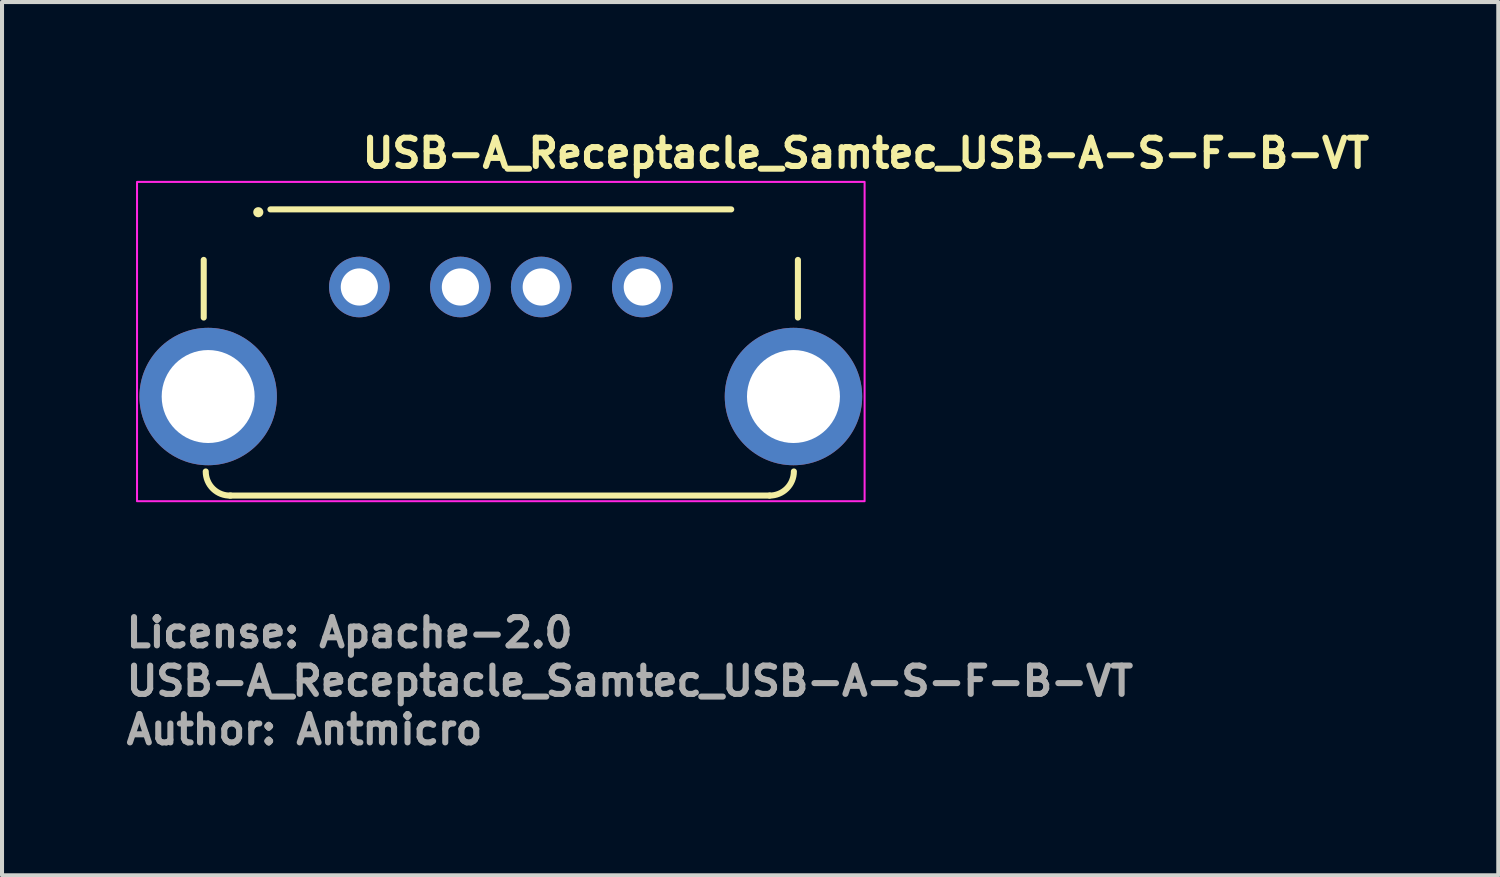
<source format=kicad_pcb>
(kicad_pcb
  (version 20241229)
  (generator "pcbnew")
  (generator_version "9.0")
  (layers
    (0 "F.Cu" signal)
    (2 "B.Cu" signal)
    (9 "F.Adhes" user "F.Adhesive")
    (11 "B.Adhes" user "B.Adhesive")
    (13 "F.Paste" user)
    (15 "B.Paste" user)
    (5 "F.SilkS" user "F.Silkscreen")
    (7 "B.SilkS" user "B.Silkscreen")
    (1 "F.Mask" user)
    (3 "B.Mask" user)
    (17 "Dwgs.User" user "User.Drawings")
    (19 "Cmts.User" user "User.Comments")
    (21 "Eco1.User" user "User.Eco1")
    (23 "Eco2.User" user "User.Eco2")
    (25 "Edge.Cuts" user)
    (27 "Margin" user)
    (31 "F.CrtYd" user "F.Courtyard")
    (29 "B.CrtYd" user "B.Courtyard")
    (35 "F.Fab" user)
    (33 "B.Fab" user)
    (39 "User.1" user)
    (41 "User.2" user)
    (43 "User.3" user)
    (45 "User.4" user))
  (footprint "USB-A_Receptacle_Samtec_USB-A-S-F-B-VT"
    (layer "F.Cu")
    (at 5.84 4.05)
    (property "Reference" "USB-A_Receptacle_Samtec_USB-A-S-F-B-VT" (at 0 -2.9 0) (unlocked yes) (layer "F.SilkS") (effects (font (size 0.7 0.7) (thickness 0.15)) (justify left bottom)))
    (attr through_hole)
    (fp_line (start -3.85 -0.67) (end -3.85 0.756) (stroke (width 0.15) (type solid)) (layer "F.SilkS"))
    (fp_line (start 9.2 -1.92) (end -2.2 -1.92) (stroke (width 0.15) (type solid)) (layer "F.SilkS"))
    (fp_line (start 10.15 5.16) (end -3.2 5.16) (stroke (width 0.15) (type solid)) (layer "F.SilkS"))
    (fp_line (start 10.85 -0.67) (end 10.85 0.756) (stroke (width 0.15) (type solid)) (layer "F.SilkS"))
    (fp_arc (start -3.184 5.16) (mid -3.619 4.993) (end -3.8 4.564) (stroke (width 0.15) (type solid)) (layer "F.SilkS"))
    (fp_arc (start 10.75 4.564) (mid 10.574 4.987) (end 10.15 5.16) (stroke (width 0.15) (type solid)) (layer "F.SilkS"))
    (fp_circle (center -2.5 -1.85) (end -2.45 -1.85) (stroke (width 0.15) (type solid)) (fill yes) (layer "F.SilkS"))
    (fp_rect (start -5.5 -2.6) (end 12.5 5.3) (stroke (width 0.05) (type solid)) (fill no) (layer "F.CrtYd"))
    (fp_rect (start -4.15 -2.253) (end 11.15 4.747) (stroke (width 0.1) (type solid)) (fill no) (layer "User.5"))
    (fp_line (start -4.15 2.044) (end -4.149 2.042) (stroke (width 0.02) (type solid)) (layer "User.9"))
    (fp_line (start -4.15 2.046) (end -4.15 2.044) (stroke (width 0.02) (type solid)) (layer "User.9"))
    (fp_line (start -4.15 3.298) (end -4.15 2.046) (stroke (width 0.02) (type solid)) (layer "User.9"))
    (fp_line (start -4.149 2.042) (end -4.148 2.04) (stroke (width 0.02) (type solid)) (layer "User.9"))
    (fp_line (start -4.149 3.302) (end -4.15 3.298) (stroke (width 0.02) (type solid)) (layer "User.9"))
    (fp_line (start -4.148 2.04) (end -4.147 2.038) (stroke (width 0.02) (type solid)) (layer "User.9"))
    (fp_line (start -4.147 2.038) (end -4.146 2.037) (stroke (width 0.02) (type solid)) (layer "User.9"))
    (fp_line (start -4.147 3.306) (end -4.149 3.302) (stroke (width 0.02) (type solid)) (layer "User.9"))
    (fp_line (start -4.146 2.037) (end -4.145 2.035) (stroke (width 0.02) (type solid)) (layer "User.9"))
    (fp_line (start -4.145 2.035) (end -4.143 2.033) (stroke (width 0.02) (type solid)) (layer "User.9"))
    (fp_line (start -4.145 3.309) (end -4.147 3.306) (stroke (width 0.02) (type solid)) (layer "User.9"))
    (fp_line (start -4.143 2.033) (end -4.141 2.032) (stroke (width 0.02) (type solid)) (layer "User.9"))
    (fp_line (start -4.141 2.032) (end -4.139 2.03) (stroke (width 0.02) (type solid)) (layer "User.9"))
    (fp_line (start -4.141 3.312) (end -4.145 3.309) (stroke (width 0.02) (type solid)) (layer "User.9"))
    (fp_line (start -4.139 2.03) (end -4.136 2.028) (stroke (width 0.02) (type solid)) (layer "User.9"))
    (fp_line (start -4.136 2.028) (end -4.133 2.026) (stroke (width 0.02) (type solid)) (layer "User.9"))
    (fp_line (start -4.136 3.316) (end -4.141 3.312) (stroke (width 0.02) (type solid)) (layer "User.9"))
    (fp_line (start -4.133 2.026) (end -4.13 2.025) (stroke (width 0.02) (type solid)) (layer "User.9"))
    (fp_line (start -4.13 2.025) (end -4.127 2.023) (stroke (width 0.02) (type solid)) (layer "User.9"))
    (fp_line (start -4.13 3.319) (end -4.136 3.316) (stroke (width 0.02) (type solid)) (layer "User.9"))
    (fp_line (start -4.127 2.023) (end -4.124 2.021) (stroke (width 0.02) (type solid)) (layer "User.9"))
    (fp_line (start -4.124 2.021) (end -4.12 2.02) (stroke (width 0.02) (type solid)) (layer "User.9"))
    (fp_line (start -4.124 3.323) (end -4.13 3.319) (stroke (width 0.02) (type solid)) (layer "User.9"))
    (fp_line (start -4.12 2.02) (end -4.116 2.018) (stroke (width 0.02) (type solid)) (layer "User.9"))
    (fp_line (start -4.116 2.018) (end -4.111 2.016) (stroke (width 0.02) (type solid)) (layer "User.9"))
    (fp_line (start -4.116 3.326) (end -4.124 3.323) (stroke (width 0.02) (type solid)) (layer "User.9"))
    (fp_line (start -4.111 2.016) (end -4.107 2.015) (stroke (width 0.02) (type solid)) (layer "User.9"))
    (fp_line (start -4.107 2.015) (end -4.097 2.012) (stroke (width 0.02) (type solid)) (layer "User.9"))
    (fp_line (start -4.107 3.329) (end -4.116 3.326) (stroke (width 0.02) (type solid)) (layer "User.9"))
    (fp_line (start -4.097 2.012) (end -4.086 2.008) (stroke (width 0.02) (type solid)) (layer "User.9"))
    (fp_line (start -4.097 3.332) (end -4.107 3.329) (stroke (width 0.02) (type solid)) (layer "User.9"))
    (fp_line (start -4.086 2.008) (end -4.074 2.005) (stroke (width 0.02) (type solid)) (layer "User.9"))
    (fp_line (start -4.086 3.336) (end -4.097 3.332) (stroke (width 0.02) (type solid)) (layer "User.9"))
    (fp_line (start -4.074 2.005) (end -4.061 2.002) (stroke (width 0.02) (type solid)) (layer "User.9"))
    (fp_line (start -4.074 3.339) (end -4.086 3.336) (stroke (width 0.02) (type solid)) (layer "User.9"))
    (fp_line (start -4.061 2.002) (end -4.048 1.999) (stroke (width 0.02) (type solid)) (layer "User.9"))
    (fp_line (start -4.061 3.342) (end -4.074 3.339) (stroke (width 0.02) (type solid)) (layer "User.9"))
    (fp_line (start -4.048 1.999) (end -4.033 1.996) (stroke (width 0.02) (type solid)) (layer "User.9"))
    (fp_line (start -4.048 3.345) (end -4.061 3.342) (stroke (width 0.02) (type solid)) (layer "User.9"))
    (fp_line (start -4.033 1.996) (end -4.017 1.993) (stroke (width 0.02) (type solid)) (layer "User.9"))
    (fp_line (start -4.017 1.993) (end -3.75 1.945) (stroke (width 0.02) (type solid)) (layer "User.9"))
    (fp_line (start -4.017 3.351) (end -4.048 3.345) (stroke (width 0.02) (type solid)) (layer "User.9"))
    (fp_line (start -3.75 -0.703) (end -3.75 3.197) (stroke (width 0.02) (type solid)) (layer "User.9"))
    (fp_line (start -3.75 3.197) (end -3.05 3.197) (stroke (width 0.02) (type solid)) (layer "User.9"))
    (fp_line (start -3.183 3.501) (end -4.017 3.351) (stroke (width 0.02) (type solid)) (layer "User.9"))
    (fp_line (start -3.183 3.501) (end -3.152 3.507) (stroke (width 0.02) (type solid)) (layer "User.9"))
    (fp_line (start -3.152 3.507) (end -3.138 3.51) (stroke (width 0.02) (type solid)) (layer "User.9"))
    (fp_line (start -3.15 -1.543) (end -2.805 -1.543) (stroke (width 0.02) (type solid)) (layer "User.9"))
    (fp_line (start -3.15 -0.743) (end -3.15 -1.543) (stroke (width 0.02) (type solid)) (layer "User.9"))
    (fp_line (start -3.15 -0.743) (end -3.05 -0.743) (stroke (width 0.02) (type solid)) (layer "User.9"))
    (fp_line (start -3.138 3.51) (end -3.126 3.513) (stroke (width 0.02) (type solid)) (layer "User.9"))
    (fp_line (start -3.126 3.513) (end -3.114 3.516) (stroke (width 0.02) (type solid)) (layer "User.9"))
    (fp_line (start -3.114 3.516) (end -3.103 3.519) (stroke (width 0.02) (type solid)) (layer "User.9"))
    (fp_line (start -3.103 3.519) (end -3.093 3.522) (stroke (width 0.02) (type solid)) (layer "User.9"))
    (fp_line (start -3.093 3.522) (end -3.084 3.526) (stroke (width 0.02) (type solid)) (layer "User.9"))
    (fp_line (start -3.084 3.526) (end -3.076 3.529) (stroke (width 0.02) (type solid)) (layer "User.9"))
    (fp_line (start -3.076 3.529) (end -3.07 3.532) (stroke (width 0.02) (type solid)) (layer "User.9"))
    (fp_line (start -3.07 3.532) (end -3.064 3.536) (stroke (width 0.02) (type solid)) (layer "User.9"))
    (fp_line (start -3.064 3.536) (end -3.059 3.539) (stroke (width 0.02) (type solid)) (layer "User.9"))
    (fp_line (start -3.059 3.539) (end -3.055 3.543) (stroke (width 0.02) (type solid)) (layer "User.9"))
    (fp_line (start -3.055 3.543) (end -3.052 3.546) (stroke (width 0.02) (type solid)) (layer "User.9"))
    (fp_line (start -3.052 3.546) (end -3.051 3.55) (stroke (width 0.02) (type solid)) (layer "User.9"))
    (fp_line (start -3.051 3.55) (end -3.05 3.553) (stroke (width 0.02) (type solid)) (layer "User.9"))
    (fp_line (start -3.05 -1.113) (end -3.05 -0.703) (stroke (width 0.02) (type solid)) (layer "User.9"))
    (fp_line (start -3.05 -0.703) (end -3.75 -0.703) (stroke (width 0.02) (type solid)) (layer "User.9"))
    (fp_line (start -3.05 3.197) (end -3.05 3.553) (stroke (width 0.02) (type solid)) (layer "User.9"))
    (fp_line (start -3.05 3.197) (end -3.05 3.607) (stroke (width 0.02) (type solid)) (layer "User.9"))
    (fp_line (start -3.05 3.607) (end -3.049 3.632) (stroke (width 0.02) (type solid)) (layer "User.9"))
    (fp_line (start -3.049 -1.138) (end -3.05 -1.113) (stroke (width 0.02) (type solid)) (layer "User.9"))
    (fp_line (start -3.049 3.632) (end -3.048 3.656) (stroke (width 0.02) (type solid)) (layer "User.9"))
    (fp_line (start -3.048 -1.162) (end -3.049 -1.138) (stroke (width 0.02) (type solid)) (layer "User.9"))
    (fp_line (start -3.048 3.656) (end -3.044 3.681) (stroke (width 0.02) (type solid)) (layer "User.9"))
    (fp_line (start -3.044 -1.187) (end -3.048 -1.162) (stroke (width 0.02) (type solid)) (layer "User.9"))
    (fp_line (start -3.044 3.681) (end -3.04 3.705) (stroke (width 0.02) (type solid)) (layer "User.9"))
    (fp_line (start -3.04 -1.211) (end -3.044 -1.187) (stroke (width 0.02) (type solid)) (layer "User.9"))
    (fp_line (start -3.04 3.705) (end -3.035 3.729) (stroke (width 0.02) (type solid)) (layer "User.9"))
    (fp_line (start -3.035 -1.235) (end -3.04 -1.211) (stroke (width 0.02) (type solid)) (layer "User.9"))
    (fp_line (start -3.035 3.729) (end -3.028 3.752) (stroke (width 0.02) (type solid)) (layer "User.9"))
    (fp_line (start -3.028 -1.258) (end -3.035 -1.235) (stroke (width 0.02) (type solid)) (layer "User.9"))
    (fp_line (start -3.028 3.752) (end -3.021 3.776) (stroke (width 0.02) (type solid)) (layer "User.9"))
    (fp_line (start -3.021 -1.282) (end -3.028 -1.258) (stroke (width 0.02) (type solid)) (layer "User.9"))
    (fp_line (start -3.021 3.776) (end -3.012 3.798) (stroke (width 0.02) (type solid)) (layer "User.9"))
    (fp_line (start -3.012 -1.304) (end -3.021 -1.282) (stroke (width 0.02) (type solid)) (layer "User.9"))
    (fp_line (start -3.012 3.798) (end -3.002 3.821) (stroke (width 0.02) (type solid)) (layer "User.9"))
    (fp_line (start -3.002 -1.327) (end -3.012 -1.304) (stroke (width 0.02) (type solid)) (layer "User.9"))
    (fp_line (start -3.002 3.821) (end -2.991 3.842) (stroke (width 0.02) (type solid)) (layer "User.9"))
    (fp_line (start -2.991 -1.348) (end -3.002 -1.327) (stroke (width 0.02) (type solid)) (layer "User.9"))
    (fp_line (start -2.991 3.842) (end -2.979 3.864) (stroke (width 0.02) (type solid)) (layer "User.9"))
    (fp_line (start -2.979 -1.37) (end -2.991 -1.348) (stroke (width 0.02) (type solid)) (layer "User.9"))
    (fp_line (start -2.979 3.864) (end -2.966 3.884) (stroke (width 0.02) (type solid)) (layer "User.9"))
    (fp_line (start -2.966 -1.39) (end -2.979 -1.37) (stroke (width 0.02) (type solid)) (layer "User.9"))
    (fp_line (start -2.966 3.884) (end -2.952 3.904) (stroke (width 0.02) (type solid)) (layer "User.9"))
    (fp_line (start -2.952 -1.41) (end -2.966 -1.39) (stroke (width 0.02) (type solid)) (layer "User.9"))
    (fp_line (start -2.952 3.904) (end -2.937 3.924) (stroke (width 0.02) (type solid)) (layer "User.9"))
    (fp_line (start -2.937 -1.43) (end -2.952 -1.41) (stroke (width 0.02) (type solid)) (layer "User.9"))
    (fp_line (start -2.937 3.924) (end -2.921 3.943) (stroke (width 0.02) (type solid)) (layer "User.9"))
    (fp_line (start -2.921 -1.449) (end -2.937 -1.43) (stroke (width 0.02) (type solid)) (layer "User.9"))
    (fp_line (start -2.921 3.943) (end -2.904 3.961) (stroke (width 0.02) (type solid)) (layer "User.9"))
    (fp_line (start -2.904 -1.467) (end -2.921 -1.449) (stroke (width 0.02) (type solid)) (layer "User.9"))
    (fp_line (start -2.904 -1.467) (end -2.904 -1.467) (stroke (width 0.02) (type solid)) (layer "User.9"))
    (fp_line (start -2.904 3.961) (end -2.904 3.961) (stroke (width 0.02) (type solid)) (layer "User.9"))
    (fp_line (start -2.904 3.961) (end -2.886 3.978) (stroke (width 0.02) (type solid)) (layer "User.9"))
    (fp_line (start -2.886 -1.484) (end -2.904 -1.467) (stroke (width 0.02) (type solid)) (layer "User.9"))
    (fp_line (start -2.886 3.978) (end -2.867 3.994) (stroke (width 0.02) (type solid)) (layer "User.9"))
    (fp_line (start -2.867 -1.5) (end -2.886 -1.484) (stroke (width 0.02) (type solid)) (layer "User.9"))
    (fp_line (start -2.867 3.994) (end -2.847 4.009) (stroke (width 0.02) (type solid)) (layer "User.9"))
    (fp_line (start -2.847 -1.515) (end -2.867 -1.5) (stroke (width 0.02) (type solid)) (layer "User.9"))
    (fp_line (start -2.847 4.009) (end -2.827 4.023) (stroke (width 0.02) (type solid)) (layer "User.9"))
    (fp_line (start -2.827 -1.529) (end -2.847 -1.515) (stroke (width 0.02) (type solid)) (layer "User.9"))
    (fp_line (start -2.827 4.023) (end -2.807 4.036) (stroke (width 0.02) (type solid)) (layer "User.9"))
    (fp_line (start -2.807 -1.542) (end -2.827 -1.529) (stroke (width 0.02) (type solid)) (layer "User.9"))
    (fp_line (start -2.807 4.036) (end -2.785 4.048) (stroke (width 0.02) (type solid)) (layer "User.9"))
    (fp_line (start -2.785 -1.554) (end -2.807 -1.542) (stroke (width 0.02) (type solid)) (layer "User.9"))
    (fp_line (start -2.785 4.048) (end -2.764 4.059) (stroke (width 0.02) (type solid)) (layer "User.9"))
    (fp_line (start -2.764 -1.565) (end -2.785 -1.554) (stroke (width 0.02) (type solid)) (layer "User.9"))
    (fp_line (start -2.764 4.059) (end -2.741 4.069) (stroke (width 0.02) (type solid)) (layer "User.9"))
    (fp_line (start -2.75 -1.313) (end -2.75 -1.113) (stroke (width 0.02) (type solid)) (layer "User.9"))
    (fp_line (start -2.75 -1.123) (end -2.75 -1.113) (stroke (width 0.02) (type solid)) (layer "User.9"))
    (fp_line (start -2.75 -1.113) (end -2.75 3.607) (stroke (width 0.02) (type solid)) (layer "User.9"))
    (fp_line (start -2.75 0.547) (end -2.432 0.547) (stroke (width 0.02) (type solid)) (layer "User.9"))
    (fp_line (start -2.75 1.947) (end -2.432 1.947) (stroke (width 0.02) (type solid)) (layer "User.9"))
    (fp_line (start -2.75 3.607) (end -2.75 3.617) (stroke (width 0.02) (type solid)) (layer "User.9"))
    (fp_line (start -2.75 3.607) (end -2.75 3.807) (stroke (width 0.02) (type solid)) (layer "User.9"))
    (fp_line (start -2.75 3.617) (end -2.749 3.627) (stroke (width 0.02) (type solid)) (layer "User.9"))
    (fp_line (start -2.749 -1.133) (end -2.75 -1.123) (stroke (width 0.02) (type solid)) (layer "User.9"))
    (fp_line (start -2.749 3.627) (end -2.748 3.637) (stroke (width 0.02) (type solid)) (layer "User.9"))
    (fp_line (start -2.748 -1.143) (end -2.749 -1.133) (stroke (width 0.02) (type solid)) (layer "User.9"))
    (fp_line (start -2.748 3.637) (end -2.746 3.647) (stroke (width 0.02) (type solid)) (layer "User.9"))
    (fp_line (start -2.746 -1.153) (end -2.748 -1.143) (stroke (width 0.02) (type solid)) (layer "User.9"))
    (fp_line (start -2.746 3.647) (end -2.744 3.657) (stroke (width 0.02) (type solid)) (layer "User.9"))
    (fp_line (start -2.744 -1.163) (end -2.746 -1.153) (stroke (width 0.02) (type solid)) (layer "User.9"))
    (fp_line (start -2.744 3.657) (end -2.741 3.666) (stroke (width 0.02) (type solid)) (layer "User.9"))
    (fp_line (start -2.741 -1.575) (end -2.764 -1.565) (stroke (width 0.02) (type solid)) (layer "User.9"))
    (fp_line (start -2.741 -1.172) (end -2.744 -1.163) (stroke (width 0.02) (type solid)) (layer "User.9"))
    (fp_line (start -2.741 3.666) (end -2.738 3.676) (stroke (width 0.02) (type solid)) (layer "User.9"))
    (fp_line (start -2.741 4.069) (end -2.719 4.078) (stroke (width 0.02) (type solid)) (layer "User.9"))
    (fp_line (start -2.738 -1.182) (end -2.741 -1.172) (stroke (width 0.02) (type solid)) (layer "User.9"))
    (fp_line (start -2.738 3.676) (end -2.734 3.685) (stroke (width 0.02) (type solid)) (layer "User.9"))
    (fp_line (start -2.734 -1.191) (end -2.738 -1.182) (stroke (width 0.02) (type solid)) (layer "User.9"))
    (fp_line (start -2.734 3.685) (end -2.73 3.694) (stroke (width 0.02) (type solid)) (layer "User.9"))
    (fp_line (start -2.73 -1.2) (end -2.734 -1.191) (stroke (width 0.02) (type solid)) (layer "User.9"))
    (fp_line (start -2.73 3.694) (end -2.726 3.702) (stroke (width 0.02) (type solid)) (layer "User.9"))
    (fp_line (start -2.726 -1.208) (end -2.73 -1.2) (stroke (width 0.02) (type solid)) (layer "User.9"))
    (fp_line (start -2.726 3.702) (end -2.721 3.711) (stroke (width 0.02) (type solid)) (layer "User.9"))
    (fp_line (start -2.721 -1.217) (end -2.726 -1.208) (stroke (width 0.02) (type solid)) (layer "User.9"))
    (fp_line (start -2.721 3.711) (end -2.716 3.719) (stroke (width 0.02) (type solid)) (layer "User.9"))
    (fp_line (start -2.719 -1.584) (end -2.741 -1.575) (stroke (width 0.02) (type solid)) (layer "User.9"))
    (fp_line (start -2.719 4.078) (end -2.695 4.085) (stroke (width 0.02) (type solid)) (layer "User.9"))
    (fp_line (start -2.716 -1.225) (end -2.721 -1.217) (stroke (width 0.02) (type solid)) (layer "User.9"))
    (fp_line (start -2.716 3.719) (end -2.71 3.727) (stroke (width 0.02) (type solid)) (layer "User.9"))
    (fp_line (start -2.71 -1.233) (end -2.716 -1.225) (stroke (width 0.02) (type solid)) (layer "User.9"))
    (fp_line (start -2.71 3.727) (end -2.704 3.734) (stroke (width 0.02) (type solid)) (layer "User.9"))
    (fp_line (start -2.704 -1.24) (end -2.71 -1.233) (stroke (width 0.02) (type solid)) (layer "User.9"))
    (fp_line (start -2.704 3.734) (end -2.698 3.741) (stroke (width 0.02) (type solid)) (layer "User.9"))
    (fp_line (start -2.698 -1.247) (end -2.704 -1.24) (stroke (width 0.02) (type solid)) (layer "User.9"))
    (fp_line (start -2.698 3.741) (end -2.691 3.748) (stroke (width 0.02) (type solid)) (layer "User.9"))
    (fp_line (start -2.695 -1.591) (end -2.719 -1.584) (stroke (width 0.02) (type solid)) (layer "User.9"))
    (fp_line (start -2.695 4.085) (end -2.672 4.092) (stroke (width 0.02) (type solid)) (layer "User.9"))
    (fp_line (start -2.691 -1.254) (end -2.698 -1.247) (stroke (width 0.02) (type solid)) (layer "User.9"))
    (fp_line (start -2.691 3.748) (end -2.684 3.755) (stroke (width 0.02) (type solid)) (layer "User.9"))
    (fp_line (start -2.684 -1.261) (end -2.691 -1.254) (stroke (width 0.02) (type solid)) (layer "User.9"))
    (fp_line (start -2.684 3.755) (end -2.677 3.761) (stroke (width 0.02) (type solid)) (layer "User.9"))
    (fp_line (start -2.677 -1.267) (end -2.684 -1.261) (stroke (width 0.02) (type solid)) (layer "User.9"))
    (fp_line (start -2.677 3.761) (end -2.67 3.767) (stroke (width 0.02) (type solid)) (layer "User.9"))
    (fp_line (start -2.672 -1.598) (end -2.695 -1.591) (stroke (width 0.02) (type solid)) (layer "User.9"))
    (fp_line (start -2.672 4.092) (end -2.648 4.097) (stroke (width 0.02) (type solid)) (layer "User.9"))
    (fp_line (start -2.67 -1.273) (end -2.677 -1.267) (stroke (width 0.02) (type solid)) (layer "User.9"))
    (fp_line (start -2.67 3.767) (end -2.662 3.773) (stroke (width 0.02) (type solid)) (layer "User.9"))
    (fp_line (start -2.662 -1.279) (end -2.67 -1.273) (stroke (width 0.02) (type solid)) (layer "User.9"))
    (fp_line (start -2.662 3.773) (end -2.654 3.778) (stroke (width 0.02) (type solid)) (layer "User.9"))
    (fp_line (start -2.654 -1.284) (end -2.662 -1.279) (stroke (width 0.02) (type solid)) (layer "User.9"))
    (fp_line (start -2.654 3.778) (end -2.645 3.783) (stroke (width 0.02) (type solid)) (layer "User.9"))
    (fp_line (start -2.648 -1.603) (end -2.672 -1.598) (stroke (width 0.02) (type solid)) (layer "User.9"))
    (fp_line (start -2.648 4.097) (end -2.624 4.102) (stroke (width 0.02) (type solid)) (layer "User.9"))
    (fp_line (start -2.645 -1.289) (end -2.654 -1.284) (stroke (width 0.02) (type solid)) (layer "User.9"))
    (fp_line (start -2.645 3.783) (end -2.637 3.787) (stroke (width 0.02) (type solid)) (layer "User.9"))
    (fp_line (start -2.637 -1.293) (end -2.645 -1.289) (stroke (width 0.02) (type solid)) (layer "User.9"))
    (fp_line (start -2.637 3.787) (end -2.628 3.791) (stroke (width 0.02) (type solid)) (layer "User.9"))
    (fp_line (start -2.628 -1.297) (end -2.637 -1.293) (stroke (width 0.02) (type solid)) (layer "User.9"))
    (fp_line (start -2.628 3.791) (end -2.619 3.795) (stroke (width 0.02) (type solid)) (layer "User.9"))
    (fp_line (start -2.624 -1.608) (end -2.648 -1.603) (stroke (width 0.02) (type solid)) (layer "User.9"))
    (fp_line (start -2.624 4.102) (end -2.599 4.105) (stroke (width 0.02) (type solid)) (layer "User.9"))
    (fp_line (start -2.619 -1.301) (end -2.628 -1.297) (stroke (width 0.02) (type solid)) (layer "User.9"))
    (fp_line (start -2.619 3.795) (end -2.609 3.798) (stroke (width 0.02) (type solid)) (layer "User.9"))
    (fp_line (start -2.609 -1.304) (end -2.619 -1.301) (stroke (width 0.02) (type solid)) (layer "User.9"))
    (fp_line (start -2.609 3.798) (end -2.6 3.801) (stroke (width 0.02) (type solid)) (layer "User.9"))
    (fp_line (start -2.6 -1.307) (end -2.609 -1.304) (stroke (width 0.02) (type solid)) (layer "User.9"))
    (fp_line (start -2.6 3.801) (end -2.59 3.803) (stroke (width 0.02) (type solid)) (layer "User.9"))
    (fp_line (start -2.599 -1.611) (end -2.624 -1.608) (stroke (width 0.02) (type solid)) (layer "User.9"))
    (fp_line (start -2.599 4.105) (end -2.575 4.106) (stroke (width 0.02) (type solid)) (layer "User.9"))
    (fp_line (start -2.59 -1.309) (end -2.6 -1.307) (stroke (width 0.02) (type solid)) (layer "User.9"))
    (fp_line (start -2.59 3.803) (end -2.58 3.805) (stroke (width 0.02) (type solid)) (layer "User.9"))
    (fp_line (start -2.58 -1.311) (end -2.59 -1.309) (stroke (width 0.02) (type solid)) (layer "User.9"))
    (fp_line (start -2.58 3.805) (end -2.57 3.806) (stroke (width 0.02) (type solid)) (layer "User.9"))
    (fp_line (start -2.575 -1.612) (end -2.599 -1.611) (stroke (width 0.02) (type solid)) (layer "User.9"))
    (fp_line (start -2.575 4.106) (end -2.55 4.107) (stroke (width 0.02) (type solid)) (layer "User.9"))
    (fp_line (start -2.57 -1.312) (end -2.58 -1.311) (stroke (width 0.02) (type solid)) (layer "User.9"))
    (fp_line (start -2.57 3.806) (end -2.56 3.807) (stroke (width 0.02) (type solid)) (layer "User.9"))
    (fp_line (start -2.56 -1.313) (end -2.57 -1.312) (stroke (width 0.02) (type solid)) (layer "User.9"))
    (fp_line (start -2.56 3.807) (end -2.55 3.807) (stroke (width 0.02) (type solid)) (layer "User.9"))
    (fp_line (start -2.55 -1.613) (end -2.575 -1.612) (stroke (width 0.02) (type solid)) (layer "User.9"))
    (fp_line (start -2.55 -1.313) (end -2.75 -1.313) (stroke (width 0.02) (type solid)) (layer "User.9"))
    (fp_line (start -2.55 -1.313) (end -2.56 -1.313) (stroke (width 0.02) (type solid)) (layer "User.9"))
    (fp_line (start -2.55 3.807) (end -2.75 3.807) (stroke (width 0.02) (type solid)) (layer "User.9"))
    (fp_line (start -2.55 3.807) (end 9.55 3.807) (stroke (width 0.02) (type solid)) (layer "User.9"))
    (fp_line (start -2.55 4.107) (end -2 4.107) (stroke (width 0.02) (type solid)) (layer "User.9"))
    (fp_line (start -2.432 0.547) (end -2.432 1.947) (stroke (width 0.02) (type solid)) (layer "User.9"))
    (fp_line (start -2.432 0.547) (end -2.409 0.547) (stroke (width 0.02) (type solid)) (layer "User.9"))
    (fp_line (start -2.432 1.947) (end -2.409 1.947) (stroke (width 0.02) (type solid)) (layer "User.9"))
    (fp_line (start -2.409 1.947) (end -2.409 0.547) (stroke (width 0.02) (type solid)) (layer "User.9"))
    (fp_line (start -2.05 -0.103) (end -2.05 -0.603) (stroke (width 0.02) (type solid)) (layer "User.9"))
    (fp_line (start -2.05 0.747) (end -2.05 -0.103) (stroke (width 0.02) (type solid)) (layer "User.9"))
    (fp_line (start -2.05 1.247) (end -2.05 0.747) (stroke (width 0.02) (type solid)) (layer "User.9"))
    (fp_line (start -2 -2.253) (end -2 -1.613) (stroke (width 0.02) (type solid)) (layer "User.9"))
    (fp_line (start -2 -1.613) (end -2.55 -1.613) (stroke (width 0.02) (type solid)) (layer "User.9"))
    (fp_line (start -2 4.107) (end -2 4.747) (stroke (width 0.02) (type solid)) (layer "User.9"))
    (fp_line (start -2 4.747) (end 9 4.747) (stroke (width 0.02) (type solid)) (layer "User.9"))
    (fp_line (start -0.675 -1.313) (end -0.675 -0.705) (stroke (width 0.02) (type solid)) (layer "User.9"))
    (fp_line (start -0.675 -0.705) (end -0.675 -0.613) (stroke (width 0.02) (type solid)) (layer "User.9"))
    (fp_line (start -0.675 -0.613) (end 1.675 -0.613) (stroke (width 0.02) (type solid)) (layer "User.9"))
    (fp_line (start -0.675 3.107) (end -0.675 3.199) (stroke (width 0.02) (type solid)) (layer "User.9"))
    (fp_line (start -0.675 3.107) (end 1.675 3.107) (stroke (width 0.02) (type solid)) (layer "User.9"))
    (fp_line (start -0.675 3.199) (end -0.675 3.807) (stroke (width 0.02) (type solid)) (layer "User.9"))
    (fp_line (start -0.6 1.247) (end -0.6 2.19) (stroke (width 0.02) (type solid)) (layer "User.9"))
    (fp_line (start -0.5 1.772) (end -0.5 1.247) (stroke (width 0.02) (type solid)) (layer "User.9"))
    (fp_line (start -0.5 2.047) (end -0.5 1.772) (stroke (width 0.02) (type solid)) (layer "User.9"))
    (fp_line (start -0.5 2.047) (end 0.5 2.047) (stroke (width 0.02) (type solid)) (layer "User.9"))
    (fp_line (start 0.5 1.247) (end 0.5 1.772) (stroke (width 0.02) (type solid)) (layer "User.9"))
    (fp_line (start 0.5 1.772) (end 0.5 2.047) (stroke (width 0.02) (type solid)) (layer "User.9"))
    (fp_line (start 0.6 1.247) (end 0.6 2.19) (stroke (width 0.02) (type solid)) (layer "User.9"))
    (fp_line (start 0.6 2.19) (end -0.6 2.19) (stroke (width 0.02) (type solid)) (layer "User.9"))
    (fp_line (start 1.675 -1.313) (end 1.675 -0.705) (stroke (width 0.02) (type solid)) (layer "User.9"))
    (fp_line (start 1.675 -0.705) (end 1.675 -0.613) (stroke (width 0.02) (type solid)) (layer "User.9"))
    (fp_line (start 1.675 3.107) (end 1.675 3.199) (stroke (width 0.02) (type solid)) (layer "User.9"))
    (fp_line (start 1.675 3.199) (end 1.675 3.807) (stroke (width 0.02) (type solid)) (layer "User.9"))
    (fp_line (start 1.9 1.247) (end 1.9 2.19) (stroke (width 0.02) (type solid)) (layer "User.9"))
    (fp_line (start 2 1.772) (end 2 1.247) (stroke (width 0.02) (type solid)) (layer "User.9"))
    (fp_line (start 2 2.047) (end 2 1.772) (stroke (width 0.02) (type solid)) (layer "User.9"))
    (fp_line (start 2 2.047) (end 3 2.047) (stroke (width 0.02) (type solid)) (layer "User.9"))
    (fp_line (start 3 1.247) (end 3 1.772) (stroke (width 0.02) (type solid)) (layer "User.9"))
    (fp_line (start 3 1.772) (end 3 2.047) (stroke (width 0.02) (type solid)) (layer "User.9"))
    (fp_line (start 3.1 1.247) (end 3.1 2.19) (stroke (width 0.02) (type solid)) (layer "User.9"))
    (fp_line (start 3.1 2.19) (end 1.9 2.19) (stroke (width 0.02) (type solid)) (layer "User.9"))
    (fp_line (start 3.9 1.247) (end 3.9 2.19) (stroke (width 0.02) (type solid)) (layer "User.9"))
    (fp_line (start 4 1.772) (end 4 1.247) (stroke (width 0.02) (type solid)) (layer "User.9"))
    (fp_line (start 4 2.047) (end 4 1.772) (stroke (width 0.02) (type solid)) (layer "User.9"))
    (fp_line (start 4 2.047) (end 5 2.047) (stroke (width 0.02) (type solid)) (layer "User.9"))
    (fp_line (start 5 1.247) (end 5 1.772) (stroke (width 0.02) (type solid)) (layer "User.9"))
    (fp_line (start 5 1.772) (end 5 2.047) (stroke (width 0.02) (type solid)) (layer "User.9"))
    (fp_line (start 5.1 1.247) (end 5.1 2.19) (stroke (width 0.02) (type solid)) (layer "User.9"))
    (fp_line (start 5.1 2.19) (end 3.9 2.19) (stroke (width 0.02) (type solid)) (layer "User.9"))
    (fp_line (start 5.325 -1.313) (end 5.325 -0.705) (stroke (width 0.02) (type solid)) (layer "User.9"))
    (fp_line (start 5.325 -0.705) (end 5.325 -0.613) (stroke (width 0.02) (type solid)) (layer "User.9"))
    (fp_line (start 5.325 -0.613) (end 7.675 -0.613) (stroke (width 0.02) (type solid)) (layer "User.9"))
    (fp_line (start 5.325 3.107) (end 5.325 3.199) (stroke (width 0.02) (type solid)) (layer "User.9"))
    (fp_line (start 5.325 3.107) (end 7.675 3.107) (stroke (width 0.02) (type solid)) (layer "User.9"))
    (fp_line (start 5.325 3.199) (end 5.325 3.807) (stroke (width 0.02) (type solid)) (layer "User.9"))
    (fp_line (start 6.4 1.247) (end 6.4 2.19) (stroke (width 0.02) (type solid)) (layer "User.9"))
    (fp_line (start 6.5 1.772) (end 6.5 1.247) (stroke (width 0.02) (type solid)) (layer "User.9"))
    (fp_line (start 6.5 2.047) (end 6.5 1.772) (stroke (width 0.02) (type solid)) (layer "User.9"))
    (fp_line (start 6.5 2.047) (end 7.5 2.047) (stroke (width 0.02) (type solid)) (layer "User.9"))
    (fp_line (start 7.5 1.247) (end 7.5 1.772) (stroke (width 0.02) (type solid)) (layer "User.9"))
    (fp_line (start 7.5 1.772) (end 7.5 2.047) (stroke (width 0.02) (type solid)) (layer "User.9"))
    (fp_line (start 7.6 1.247) (end 7.6 2.19) (stroke (width 0.02) (type solid)) (layer "User.9"))
    (fp_line (start 7.6 2.19) (end 6.4 2.19) (stroke (width 0.02) (type solid)) (layer "User.9"))
    (fp_line (start 7.675 -1.313) (end 7.675 -0.705) (stroke (width 0.02) (type solid)) (layer "User.9"))
    (fp_line (start 7.675 -0.705) (end 7.675 -0.613) (stroke (width 0.02) (type solid)) (layer "User.9"))
    (fp_line (start 7.675 3.107) (end 7.675 3.199) (stroke (width 0.02) (type solid)) (layer "User.9"))
    (fp_line (start 7.675 3.199) (end 7.675 3.807) (stroke (width 0.02) (type solid)) (layer "User.9"))
    (fp_line (start 9 -2.253) (end -2 -2.253) (stroke (width 0.02) (type solid)) (layer "User.9"))
    (fp_line (start 9 -1.613) (end 9 -2.253) (stroke (width 0.02) (type solid)) (layer "User.9"))
    (fp_line (start 9 4.107) (end 9.55 4.107) (stroke (width 0.02) (type solid)) (layer "User.9"))
    (fp_line (start 9 4.747) (end 9 4.107) (stroke (width 0.02) (type solid)) (layer "User.9"))
    (fp_line (start 9.05 -0.603) (end -2.05 -0.603) (stroke (width 0.02) (type solid)) (layer "User.9"))
    (fp_line (start 9.05 -0.603) (end 9.05 -0.103) (stroke (width 0.02) (type solid)) (layer "User.9"))
    (fp_line (start 9.05 -0.103) (end -2.05 -0.103) (stroke (width 0.02) (type solid)) (layer "User.9"))
    (fp_line (start 9.05 -0.103) (end 9.05 0.747) (stroke (width 0.02) (type solid)) (layer "User.9"))
    (fp_line (start 9.05 0.747) (end -2.05 0.747) (stroke (width 0.02) (type solid)) (layer "User.9"))
    (fp_line (start 9.05 0.747) (end 9.05 1.247) (stroke (width 0.02) (type solid)) (layer "User.9"))
    (fp_line (start 9.05 1.247) (end -2.05 1.247) (stroke (width 0.02) (type solid)) (layer "User.9"))
    (fp_line (start 9.409 0.547) (end 9.432 0.547) (stroke (width 0.02) (type solid)) (layer "User.9"))
    (fp_line (start 9.409 1.947) (end 9.409 0.547) (stroke (width 0.02) (type solid)) (layer "User.9"))
    (fp_line (start 9.409 1.947) (end 9.432 1.947) (stroke (width 0.02) (type solid)) (layer "User.9"))
    (fp_line (start 9.432 0.547) (end 9.432 1.947) (stroke (width 0.02) (type solid)) (layer "User.9"))
    (fp_line (start 9.432 0.547) (end 9.75 0.547) (stroke (width 0.02) (type solid)) (layer "User.9"))
    (fp_line (start 9.432 1.947) (end 9.75 1.947) (stroke (width 0.02) (type solid)) (layer "User.9"))
    (fp_line (start 9.55 -1.613) (end 9 -1.613) (stroke (width 0.02) (type solid)) (layer "User.9"))
    (fp_line (start 9.55 -1.313) (end -2.55 -1.313) (stroke (width 0.02) (type solid)) (layer "User.9"))
    (fp_line (start 9.55 3.807) (end 9.56 3.807) (stroke (width 0.02) (type solid)) (layer "User.9"))
    (fp_line (start 9.55 4.107) (end 9.575 4.106) (stroke (width 0.02) (type solid)) (layer "User.9"))
    (fp_line (start 9.56 -1.313) (end 9.55 -1.313) (stroke (width 0.02) (type solid)) (layer "User.9"))
    (fp_line (start 9.56 3.807) (end 9.57 3.806) (stroke (width 0.02) (type solid)) (layer "User.9"))
    (fp_line (start 9.57 -1.312) (end 9.56 -1.313) (stroke (width 0.02) (type solid)) (layer "User.9"))
    (fp_line (start 9.57 3.806) (end 9.58 3.805) (stroke (width 0.02) (type solid)) (layer "User.9"))
    (fp_line (start 9.575 -1.612) (end 9.55 -1.613) (stroke (width 0.02) (type solid)) (layer "User.9"))
    (fp_line (start 9.575 4.106) (end 9.599 4.105) (stroke (width 0.02) (type solid)) (layer "User.9"))
    (fp_line (start 9.58 -1.311) (end 9.57 -1.312) (stroke (width 0.02) (type solid)) (layer "User.9"))
    (fp_line (start 9.58 3.805) (end 9.589 3.803) (stroke (width 0.02) (type solid)) (layer "User.9"))
    (fp_line (start 9.589 -1.309) (end 9.58 -1.311) (stroke (width 0.02) (type solid)) (layer "User.9"))
    (fp_line (start 9.589 3.803) (end 9.599 3.801) (stroke (width 0.02) (type solid)) (layer "User.9"))
    (fp_line (start 9.599 -1.611) (end 9.575 -1.612) (stroke (width 0.02) (type solid)) (layer "User.9"))
    (fp_line (start 9.599 -1.307) (end 9.589 -1.309) (stroke (width 0.02) (type solid)) (layer "User.9"))
    (fp_line (start 9.599 3.801) (end 9.608 3.798) (stroke (width 0.02) (type solid)) (layer "User.9"))
    (fp_line (start 9.599 4.105) (end 9.624 4.102) (stroke (width 0.02) (type solid)) (layer "User.9"))
    (fp_line (start 9.608 -1.304) (end 9.599 -1.307) (stroke (width 0.02) (type solid)) (layer "User.9"))
    (fp_line (start 9.608 3.798) (end 9.617 3.795) (stroke (width 0.02) (type solid)) (layer "User.9"))
    (fp_line (start 9.617 -1.301) (end 9.608 -1.304) (stroke (width 0.02) (type solid)) (layer "User.9"))
    (fp_line (start 9.617 3.795) (end 9.627 3.792) (stroke (width 0.02) (type solid)) (layer "User.9"))
    (fp_line (start 9.624 -1.608) (end 9.599 -1.611) (stroke (width 0.02) (type solid)) (layer "User.9"))
    (fp_line (start 9.624 4.102) (end 9.648 4.097) (stroke (width 0.02) (type solid)) (layer "User.9"))
    (fp_line (start 9.627 -1.298) (end 9.617 -1.301) (stroke (width 0.02) (type solid)) (layer "User.9"))
    (fp_line (start 9.627 3.792) (end 9.636 3.788) (stroke (width 0.02) (type solid)) (layer "User.9"))
    (fp_line (start 9.636 -1.294) (end 9.627 -1.298) (stroke (width 0.02) (type solid)) (layer "User.9"))
    (fp_line (start 9.636 3.788) (end 9.644 3.783) (stroke (width 0.02) (type solid)) (layer "User.9"))
    (fp_line (start 9.644 -1.289) (end 9.636 -1.294) (stroke (width 0.02) (type solid)) (layer "User.9"))
    (fp_line (start 9.644 3.783) (end 9.653 3.779) (stroke (width 0.02) (type solid)) (layer "User.9"))
    (fp_line (start 9.648 -1.603) (end 9.624 -1.608) (stroke (width 0.02) (type solid)) (layer "User.9"))
    (fp_line (start 9.648 4.097) (end 9.672 4.092) (stroke (width 0.02) (type solid)) (layer "User.9"))
    (fp_line (start 9.653 -1.285) (end 9.644 -1.289) (stroke (width 0.02) (type solid)) (layer "User.9"))
    (fp_line (start 9.653 3.779) (end 9.661 3.773) (stroke (width 0.02) (type solid)) (layer "User.9"))
    (fp_line (start 9.661 -1.279) (end 9.653 -1.285) (stroke (width 0.02) (type solid)) (layer "User.9"))
    (fp_line (start 9.661 3.773) (end 9.669 3.768) (stroke (width 0.02) (type solid)) (layer "User.9"))
    (fp_line (start 9.669 -1.274) (end 9.661 -1.279) (stroke (width 0.02) (type solid)) (layer "User.9"))
    (fp_line (start 9.669 3.768) (end 9.677 3.762) (stroke (width 0.02) (type solid)) (layer "User.9"))
    (fp_line (start 9.672 -1.598) (end 9.648 -1.603) (stroke (width 0.02) (type solid)) (layer "User.9"))
    (fp_line (start 9.672 4.092) (end 9.695 4.085) (stroke (width 0.02) (type solid)) (layer "User.9"))
    (fp_line (start 9.677 -1.268) (end 9.669 -1.274) (stroke (width 0.02) (type solid)) (layer "User.9"))
    (fp_line (start 9.677 3.762) (end 9.684 3.755) (stroke (width 0.02) (type solid)) (layer "User.9"))
    (fp_line (start 9.684 -1.261) (end 9.677 -1.268) (stroke (width 0.02) (type solid)) (layer "User.9"))
    (fp_line (start 9.684 3.755) (end 9.691 3.748) (stroke (width 0.02) (type solid)) (layer "User.9"))
    (fp_line (start 9.691 -1.254) (end 9.684 -1.261) (stroke (width 0.02) (type solid)) (layer "User.9"))
    (fp_line (start 9.691 -1.254) (end 9.691 -1.254) (stroke (width 0.02) (type solid)) (layer "User.9"))
    (fp_line (start 9.691 3.748) (end 9.691 3.748) (stroke (width 0.02) (type solid)) (layer "User.9"))
    (fp_line (start 9.691 3.748) (end 9.698 3.741) (stroke (width 0.02) (type solid)) (layer "User.9"))
    (fp_line (start 9.695 -1.591) (end 9.672 -1.598) (stroke (width 0.02) (type solid)) (layer "User.9"))
    (fp_line (start 9.695 4.085) (end 9.719 4.078) (stroke (width 0.02) (type solid)) (layer "User.9"))
    (fp_line (start 9.698 -1.247) (end 9.691 -1.254) (stroke (width 0.02) (type solid)) (layer "User.9"))
    (fp_line (start 9.698 3.741) (end 9.705 3.734) (stroke (width 0.02) (type solid)) (layer "User.9"))
    (fp_line (start 9.705 -1.24) (end 9.698 -1.247) (stroke (width 0.02) (type solid)) (layer "User.9"))
    (fp_line (start 9.705 3.734) (end 9.711 3.726) (stroke (width 0.02) (type solid)) (layer "User.9"))
    (fp_line (start 9.711 -1.232) (end 9.705 -1.24) (stroke (width 0.02) (type solid)) (layer "User.9"))
    (fp_line (start 9.711 3.726) (end 9.716 3.718) (stroke (width 0.02) (type solid)) (layer "User.9"))
    (fp_line (start 9.716 -1.224) (end 9.711 -1.232) (stroke (width 0.02) (type solid)) (layer "User.9"))
    (fp_line (start 9.716 3.718) (end 9.722 3.71) (stroke (width 0.02) (type solid)) (layer "User.9"))
    (fp_line (start 9.719 -1.584) (end 9.695 -1.591) (stroke (width 0.02) (type solid)) (layer "User.9"))
    (fp_line (start 9.719 4.078) (end 9.741 4.069) (stroke (width 0.02) (type solid)) (layer "User.9"))
    (fp_line (start 9.722 -1.216) (end 9.716 -1.224) (stroke (width 0.02) (type solid)) (layer "User.9"))
    (fp_line (start 9.722 3.71) (end 9.726 3.701) (stroke (width 0.02) (type solid)) (layer "User.9"))
    (fp_line (start 9.726 -1.207) (end 9.722 -1.216) (stroke (width 0.02) (type solid)) (layer "User.9"))
    (fp_line (start 9.726 3.701) (end 9.731 3.692) (stroke (width 0.02) (type solid)) (layer "User.9"))
    (fp_line (start 9.731 -1.198) (end 9.726 -1.207) (stroke (width 0.02) (type solid)) (layer "User.9"))
    (fp_line (start 9.731 3.692) (end 9.735 3.684) (stroke (width 0.02) (type solid)) (layer "User.9"))
    (fp_line (start 9.735 -1.19) (end 9.731 -1.198) (stroke (width 0.02) (type solid)) (layer "User.9"))
    (fp_line (start 9.735 3.684) (end 9.738 3.674) (stroke (width 0.02) (type solid)) (layer "User.9"))
    (fp_line (start 9.738 -1.18) (end 9.735 -1.19) (stroke (width 0.02) (type solid)) (layer "User.9"))
    (fp_line (start 9.738 3.674) (end 9.741 3.665) (stroke (width 0.02) (type solid)) (layer "User.9"))
    (fp_line (start 9.741 -1.575) (end 9.719 -1.584) (stroke (width 0.02) (type solid)) (layer "User.9"))
    (fp_line (start 9.741 -1.171) (end 9.738 -1.18) (stroke (width 0.02) (type solid)) (layer "User.9"))
    (fp_line (start 9.741 3.665) (end 9.744 3.656) (stroke (width 0.02) (type solid)) (layer "User.9"))
    (fp_line (start 9.741 4.069) (end 9.764 4.059) (stroke (width 0.02) (type solid)) (layer "User.9"))
    (fp_line (start 9.744 -1.162) (end 9.741 -1.171) (stroke (width 0.02) (type solid)) (layer "User.9"))
    (fp_line (start 9.744 3.656) (end 9.746 3.646) (stroke (width 0.02) (type solid)) (layer "User.9"))
    (fp_line (start 9.746 -1.152) (end 9.744 -1.162) (stroke (width 0.02) (type solid)) (layer "User.9"))
    (fp_line (start 9.746 3.646) (end 9.748 3.637) (stroke (width 0.02) (type solid)) (layer "User.9"))
    (fp_line (start 9.748 -1.143) (end 9.746 -1.152) (stroke (width 0.02) (type solid)) (layer "User.9"))
    (fp_line (start 9.748 3.637) (end 9.749 3.627) (stroke (width 0.02) (type solid)) (layer "User.9"))
    (fp_line (start 9.749 -1.133) (end 9.748 -1.143) (stroke (width 0.02) (type solid)) (layer "User.9"))
    (fp_line (start 9.749 3.627) (end 9.75 3.617) (stroke (width 0.02) (type solid)) (layer "User.9"))
    (fp_line (start 9.75 -1.313) (end 9.55 -1.313) (stroke (width 0.02) (type solid)) (layer "User.9"))
    (fp_line (start 9.75 -1.313) (end 9.75 -1.113) (stroke (width 0.02) (type solid)) (layer "User.9"))
    (fp_line (start 9.75 -1.123) (end 9.749 -1.133) (stroke (width 0.02) (type solid)) (layer "User.9"))
    (fp_line (start 9.75 -1.113) (end 9.75 -1.123) (stroke (width 0.02) (type solid)) (layer "User.9"))
    (fp_line (start 9.75 3.607) (end 9.75 -1.113) (stroke (width 0.02) (type solid)) (layer "User.9"))
    (fp_line (start 9.75 3.607) (end 9.75 3.807) (stroke (width 0.02) (type solid)) (layer "User.9"))
    (fp_line (start 9.75 3.617) (end 9.75 3.607) (stroke (width 0.02) (type solid)) (layer "User.9"))
    (fp_line (start 9.75 3.807) (end 9.55 3.807) (stroke (width 0.02) (type solid)) (layer "User.9"))
    (fp_line (start 9.764 -1.565) (end 9.741 -1.575) (stroke (width 0.02) (type solid)) (layer "User.9"))
    (fp_line (start 9.764 4.059) (end 9.785 4.048) (stroke (width 0.02) (type solid)) (layer "User.9"))
    (fp_line (start 9.785 -1.554) (end 9.764 -1.565) (stroke (width 0.02) (type solid)) (layer "User.9"))
    (fp_line (start 9.785 4.048) (end 9.807 4.036) (stroke (width 0.02) (type solid)) (layer "User.9"))
    (fp_line (start 9.805 -1.543) (end 10.15 -1.543) (stroke (width 0.02) (type solid)) (layer "User.9"))
    (fp_line (start 9.807 -1.542) (end 9.785 -1.554) (stroke (width 0.02) (type solid)) (layer "User.9"))
    (fp_line (start 9.807 4.036) (end 9.827 4.023) (stroke (width 0.02) (type solid)) (layer "User.9"))
    (fp_line (start 9.827 -1.529) (end 9.807 -1.542) (stroke (width 0.02) (type solid)) (layer "User.9"))
    (fp_line (start 9.827 4.023) (end 9.848 4.009) (stroke (width 0.02) (type solid)) (layer "User.9"))
    (fp_line (start 9.848 -1.515) (end 9.827 -1.529) (stroke (width 0.02) (type solid)) (layer "User.9"))
    (fp_line (start 9.848 4.009) (end 9.867 3.994) (stroke (width 0.02) (type solid)) (layer "User.9"))
    (fp_line (start 9.867 -1.5) (end 9.848 -1.515) (stroke (width 0.02) (type solid)) (layer "User.9"))
    (fp_line (start 9.867 3.994) (end 9.886 3.978) (stroke (width 0.02) (type solid)) (layer "User.9"))
    (fp_line (start 9.886 -1.484) (end 9.867 -1.5) (stroke (width 0.02) (type solid)) (layer "User.9"))
    (fp_line (start 9.886 3.978) (end 9.904 3.961) (stroke (width 0.02) (type solid)) (layer "User.9"))
    (fp_line (start 9.904 -1.467) (end 9.886 -1.484) (stroke (width 0.02) (type solid)) (layer "User.9"))
    (fp_line (start 9.904 -1.467) (end 9.904 -1.467) (stroke (width 0.02) (type solid)) (layer "User.9"))
    (fp_line (start 9.904 3.961) (end 9.904 3.961) (stroke (width 0.02) (type solid)) (layer "User.9"))
    (fp_line (start 9.904 3.961) (end 9.921 3.943) (stroke (width 0.02) (type solid)) (layer "User.9"))
    (fp_line (start 9.921 -1.449) (end 9.904 -1.467) (stroke (width 0.02) (type solid)) (layer "User.9"))
    (fp_line (start 9.921 3.943) (end 9.937 3.924) (stroke (width 0.02) (type solid)) (layer "User.9"))
    (fp_line (start 9.937 -1.43) (end 9.921 -1.449) (stroke (width 0.02) (type solid)) (layer "User.9"))
    (fp_line (start 9.937 3.924) (end 9.952 3.904) (stroke (width 0.02) (type solid)) (layer "User.9"))
    (fp_line (start 9.952 -1.41) (end 9.937 -1.43) (stroke (width 0.02) (type solid)) (layer "User.9"))
    (fp_line (start 9.952 3.904) (end 9.966 3.884) (stroke (width 0.02) (type solid)) (layer "User.9"))
    (fp_line (start 9.966 -1.39) (end 9.952 -1.41) (stroke (width 0.02) (type solid)) (layer "User.9"))
    (fp_line (start 9.966 3.884) (end 9.979 3.864) (stroke (width 0.02) (type solid)) (layer "User.9"))
    (fp_line (start 9.979 -1.37) (end 9.966 -1.39) (stroke (width 0.02) (type solid)) (layer "User.9"))
    (fp_line (start 9.979 3.864) (end 9.991 3.842) (stroke (width 0.02) (type solid)) (layer "User.9"))
    (fp_line (start 9.991 -1.348) (end 9.979 -1.37) (stroke (width 0.02) (type solid)) (layer "User.9"))
    (fp_line (start 9.991 3.842) (end 10.002 3.821) (stroke (width 0.02) (type solid)) (layer "User.9"))
    (fp_line (start 10.002 -1.327) (end 9.991 -1.348) (stroke (width 0.02) (type solid)) (layer "User.9"))
    (fp_line (start 10.002 3.821) (end 10.012 3.798) (stroke (width 0.02) (type solid)) (layer "User.9"))
    (fp_line (start 10.012 -1.304) (end 10.002 -1.327) (stroke (width 0.02) (type solid)) (layer "User.9"))
    (fp_line (start 10.012 3.798) (end 10.021 3.776) (stroke (width 0.02) (type solid)) (layer "User.9"))
    (fp_line (start 10.021 -1.282) (end 10.012 -1.304) (stroke (width 0.02) (type solid)) (layer "User.9"))
    (fp_line (start 10.021 3.776) (end 10.028 3.752) (stroke (width 0.02) (type solid)) (layer "User.9"))
    (fp_line (start 10.028 -1.258) (end 10.021 -1.282) (stroke (width 0.02) (type solid)) (layer "User.9"))
    (fp_line (start 10.028 3.752) (end 10.035 3.729) (stroke (width 0.02) (type solid)) (layer "User.9"))
    (fp_line (start 10.035 -1.235) (end 10.028 -1.258) (stroke (width 0.02) (type solid)) (layer "User.9"))
    (fp_line (start 10.035 3.729) (end 10.04 3.705) (stroke (width 0.02) (type solid)) (layer "User.9"))
    (fp_line (start 10.04 -1.211) (end 10.035 -1.235) (stroke (width 0.02) (type solid)) (layer "User.9"))
    (fp_line (start 10.04 3.705) (end 10.045 3.681) (stroke (width 0.02) (type solid)) (layer "User.9"))
    (fp_line (start 10.045 -1.187) (end 10.04 -1.211) (stroke (width 0.02) (type solid)) (layer "User.9"))
    (fp_line (start 10.045 3.681) (end 10.048 3.656) (stroke (width 0.02) (type solid)) (layer "User.9"))
    (fp_line (start 10.048 -1.162) (end 10.045 -1.187) (stroke (width 0.02) (type solid)) (layer "User.9"))
    (fp_line (start 10.048 3.656) (end 10.049 3.632) (stroke (width 0.02) (type solid)) (layer "User.9"))
    (fp_line (start 10.049 -1.138) (end 10.048 -1.162) (stroke (width 0.02) (type solid)) (layer "User.9"))
    (fp_line (start 10.049 3.632) (end 10.05 3.607) (stroke (width 0.02) (type solid)) (layer "User.9"))
    (fp_line (start 10.05 -1.113) (end 10.049 -1.138) (stroke (width 0.02) (type solid)) (layer "User.9"))
    (fp_line (start 10.05 -0.743) (end 10.15 -0.743) (stroke (width 0.02) (type solid)) (layer "User.9"))
    (fp_line (start 10.05 -0.703) (end 10.05 -1.113) (stroke (width 0.02) (type solid)) (layer "User.9"))
    (fp_line (start 10.05 3.197) (end 10.05 3.553) (stroke (width 0.02) (type solid)) (layer "User.9"))
    (fp_line (start 10.05 3.197) (end 10.75 3.197) (stroke (width 0.02) (type solid)) (layer "User.9"))
    (fp_line (start 10.05 3.551) (end 10.051 3.55) (stroke (width 0.02) (type solid)) (layer "User.9"))
    (fp_line (start 10.05 3.553) (end 10.05 3.551) (stroke (width 0.02) (type solid)) (layer "User.9"))
    (fp_line (start 10.05 3.607) (end 10.05 3.197) (stroke (width 0.02) (type solid)) (layer "User.9"))
    (fp_line (start 10.051 3.55) (end 10.052 3.548) (stroke (width 0.02) (type solid)) (layer "User.9"))
    (fp_line (start 10.052 3.548) (end 10.053 3.546) (stroke (width 0.02) (type solid)) (layer "User.9"))
    (fp_line (start 10.053 3.546) (end 10.054 3.544) (stroke (width 0.02) (type solid)) (layer "User.9"))
    (fp_line (start 10.054 3.544) (end 10.055 3.543) (stroke (width 0.02) (type solid)) (layer "User.9"))
    (fp_line (start 10.055 3.543) (end 10.057 3.541) (stroke (width 0.02) (type solid)) (layer "User.9"))
    (fp_line (start 10.057 3.541) (end 10.059 3.539) (stroke (width 0.02) (type solid)) (layer "User.9"))
    (fp_line (start 10.059 3.539) (end 10.061 3.537) (stroke (width 0.02) (type solid)) (layer "User.9"))
    (fp_line (start 10.061 3.537) (end 10.064 3.536) (stroke (width 0.02) (type solid)) (layer "User.9"))
    (fp_line (start 10.064 3.536) (end 10.067 3.534) (stroke (width 0.02) (type solid)) (layer "User.9"))
    (fp_line (start 10.067 3.534) (end 10.07 3.532) (stroke (width 0.02) (type solid)) (layer "User.9"))
    (fp_line (start 10.07 3.532) (end 10.073 3.531) (stroke (width 0.02) (type solid)) (layer "User.9"))
    (fp_line (start 10.073 3.531) (end 10.076 3.529) (stroke (width 0.02) (type solid)) (layer "User.9"))
    (fp_line (start 10.076 3.529) (end 10.08 3.527) (stroke (width 0.02) (type solid)) (layer "User.9"))
    (fp_line (start 10.08 3.527) (end 10.084 3.526) (stroke (width 0.02) (type solid)) (layer "User.9"))
    (fp_line (start 10.084 3.526) (end 10.089 3.524) (stroke (width 0.02) (type solid)) (layer "User.9"))
    (fp_line (start 10.089 3.524) (end 10.093 3.522) (stroke (width 0.02) (type solid)) (layer "User.9"))
    (fp_line (start 10.093 3.522) (end 10.103 3.519) (stroke (width 0.02) (type solid)) (layer "User.9"))
    (fp_line (start 10.103 3.519) (end 10.114 3.516) (stroke (width 0.02) (type solid)) (layer "User.9"))
    (fp_line (start 10.114 3.516) (end 10.126 3.513) (stroke (width 0.02) (type solid)) (layer "User.9"))
    (fp_line (start 10.126 3.513) (end 10.139 3.51) (stroke (width 0.02) (type solid)) (layer "User.9"))
    (fp_line (start 10.139 3.51) (end 10.152 3.507) (stroke (width 0.02) (type solid)) (layer "User.9"))
    (fp_line (start 10.15 -0.743) (end 10.15 -1.543) (stroke (width 0.02) (type solid)) (layer "User.9"))
    (fp_line (start 10.152 3.507) (end 10.167 3.504) (stroke (width 0.02) (type solid)) (layer "User.9"))
    (fp_line (start 10.167 3.504) (end 10.183 3.501) (stroke (width 0.02) (type solid)) (layer "User.9"))
    (fp_line (start 10.75 -0.703) (end 10.05 -0.703) (stroke (width 0.02) (type solid)) (layer "User.9"))
    (fp_line (start 10.75 1.945) (end 11.017 1.993) (stroke (width 0.02) (type solid)) (layer "User.9"))
    (fp_line (start 10.75 3.197) (end 10.75 -0.703) (stroke (width 0.02) (type solid)) (layer "User.9"))
    (fp_line (start 11.017 1.993) (end 11.048 1.999) (stroke (width 0.02) (type solid)) (layer "User.9"))
    (fp_line (start 11.017 3.351) (end 10.183 3.501) (stroke (width 0.02) (type solid)) (layer "User.9"))
    (fp_line (start 11.033 3.348) (end 11.017 3.351) (stroke (width 0.02) (type solid)) (layer "User.9"))
    (fp_line (start 11.048 1.999) (end 11.062 2.002) (stroke (width 0.02) (type solid)) (layer "User.9"))
    (fp_line (start 11.048 3.345) (end 11.033 3.348) (stroke (width 0.02) (type solid)) (layer "User.9"))
    (fp_line (start 11.062 2.002) (end 11.074 2.005) (stroke (width 0.02) (type solid)) (layer "User.9"))
    (fp_line (start 11.062 3.342) (end 11.048 3.345) (stroke (width 0.02) (type solid)) (layer "User.9"))
    (fp_line (start 11.074 2.005) (end 11.086 2.008) (stroke (width 0.02) (type solid)) (layer "User.9"))
    (fp_line (start 11.074 3.339) (end 11.062 3.342) (stroke (width 0.02) (type solid)) (layer "User.9"))
    (fp_line (start 11.086 2.008) (end 11.097 2.012) (stroke (width 0.02) (type solid)) (layer "User.9"))
    (fp_line (start 11.086 3.336) (end 11.074 3.339) (stroke (width 0.02) (type solid)) (layer "User.9"))
    (fp_line (start 11.097 2.012) (end 11.107 2.015) (stroke (width 0.02) (type solid)) (layer "User.9"))
    (fp_line (start 11.097 3.332) (end 11.086 3.336) (stroke (width 0.02) (type solid)) (layer "User.9"))
    (fp_line (start 11.107 2.015) (end 11.116 2.018) (stroke (width 0.02) (type solid)) (layer "User.9"))
    (fp_line (start 11.107 3.329) (end 11.097 3.332) (stroke (width 0.02) (type solid)) (layer "User.9"))
    (fp_line (start 11.112 3.328) (end 11.107 3.329) (stroke (width 0.02) (type solid)) (layer "User.9"))
    (fp_line (start 11.116 2.018) (end 11.124 2.021) (stroke (width 0.02) (type solid)) (layer "User.9"))
    (fp_line (start 11.116 3.326) (end 11.112 3.328) (stroke (width 0.02) (type solid)) (layer "User.9"))
    (fp_line (start 11.12 3.324) (end 11.116 3.326) (stroke (width 0.02) (type solid)) (layer "User.9"))
    (fp_line (start 11.124 2.021) (end 11.13 2.025) (stroke (width 0.02) (type solid)) (layer "User.9"))
    (fp_line (start 11.124 3.323) (end 11.12 3.324) (stroke (width 0.02) (type solid)) (layer "User.9"))
    (fp_line (start 11.127 3.321) (end 11.124 3.323) (stroke (width 0.02) (type solid)) (layer "User.9"))
    (fp_line (start 11.13 2.025) (end 11.136 2.028) (stroke (width 0.02) (type solid)) (layer "User.9"))
    (fp_line (start 11.13 3.319) (end 11.127 3.321) (stroke (width 0.02) (type solid)) (layer "User.9"))
    (fp_line (start 11.133 3.318) (end 11.13 3.319) (stroke (width 0.02) (type solid)) (layer "User.9"))
    (fp_line (start 11.136 2.028) (end 11.141 2.032) (stroke (width 0.02) (type solid)) (layer "User.9"))
    (fp_line (start 11.136 3.316) (end 11.133 3.318) (stroke (width 0.02) (type solid)) (layer "User.9"))
    (fp_line (start 11.139 3.314) (end 11.136 3.316) (stroke (width 0.02) (type solid)) (layer "User.9"))
    (fp_line (start 11.141 2.032) (end 11.145 2.035) (stroke (width 0.02) (type solid)) (layer "User.9"))
    (fp_line (start 11.141 3.312) (end 11.139 3.314) (stroke (width 0.02) (type solid)) (layer "User.9"))
    (fp_line (start 11.143 3.311) (end 11.141 3.312) (stroke (width 0.02) (type solid)) (layer "User.9"))
    (fp_line (start 11.145 2.035) (end 11.148 2.038) (stroke (width 0.02) (type solid)) (layer "User.9"))
    (fp_line (start 11.145 3.309) (end 11.143 3.311) (stroke (width 0.02) (type solid)) (layer "User.9"))
    (fp_line (start 11.146 3.307) (end 11.145 3.309) (stroke (width 0.02) (type solid)) (layer "User.9"))
    (fp_line (start 11.148 2.038) (end 11.149 2.042) (stroke (width 0.02) (type solid)) (layer "User.9"))
    (fp_line (start 11.148 3.306) (end 11.146 3.307) (stroke (width 0.02) (type solid)) (layer "User.9"))
    (fp_line (start 11.149 2.042) (end 11.15 2.046) (stroke (width 0.02) (type solid)) (layer "User.9"))
    (fp_line (start 11.149 3.302) (end 11.149 3.304) (stroke (width 0.02) (type solid)) (layer "User.9"))
    (fp_line (start 11.149 3.304) (end 11.148 3.306) (stroke (width 0.02) (type solid)) (layer "User.9"))
    (fp_line (start 11.15 3.298) (end 11.15 2.046) (stroke (width 0.02) (type solid)) (layer "User.9"))
    (fp_line (start 11.15 3.298) (end 11.15 3.3) (stroke (width 0.02) (type solid)) (layer "User.9"))
    (fp_line (start 11.15 3.3) (end 11.149 3.302) (stroke (width 0.02) (type solid)) (layer "User.9"))
    (fp_text user "${REFERENCE}" (at -5.84 10.16 0) (layer "F.Fab") (effects (font (size 0.7 0.7) (thickness 0.15)) (justify left bottom)))
    (fp_text user "License: Apache-2.0" (at -5.84 8.96 0) (layer "F.Fab") (effects (font (size 0.7 0.7) (thickness 0.15)) (justify left bottom)))
    (fp_text user "Author: Antmicro" (at -5.84 11.36 0) (layer "F.Fab") (effects (font (size 0.7 0.7) (thickness 0.15)) (justify left bottom)))
    (pad "1" thru_hole circle (at 0 0) (size 1.5 1.5) (drill 0.92) (layers "*.Cu" "*.Mask"))
    (pad "2" thru_hole circle (at 2.5 0) (size 1.5 1.5) (drill 0.92) (layers "*.Cu" "*.Mask"))
    (pad "3" thru_hole circle (at 4.5 0) (size 1.5 1.5) (drill 0.92) (layers "*.Cu" "*.Mask"))
    (pad "4" thru_hole circle (at 7 0) (size 1.5 1.5) (drill 0.92) (layers "*.Cu" "*.Mask"))
    (pad "SH" thru_hole circle (at -3.74 2.71) (size 3.4 3.4) (drill 2.3) (layers "*.Cu" "*.Mask"))
    (pad "SH" thru_hole circle (at 10.74 2.71) (size 3.4 3.4) (drill 2.3) (layers "*.Cu" "*.Mask")))
  (gr_rect
    (start -3 -3)
    (end 34.017 18.605)
    (stroke (width 0.1) (type default))
    (fill no)
    (layer "Edge.Cuts")))
</source>
